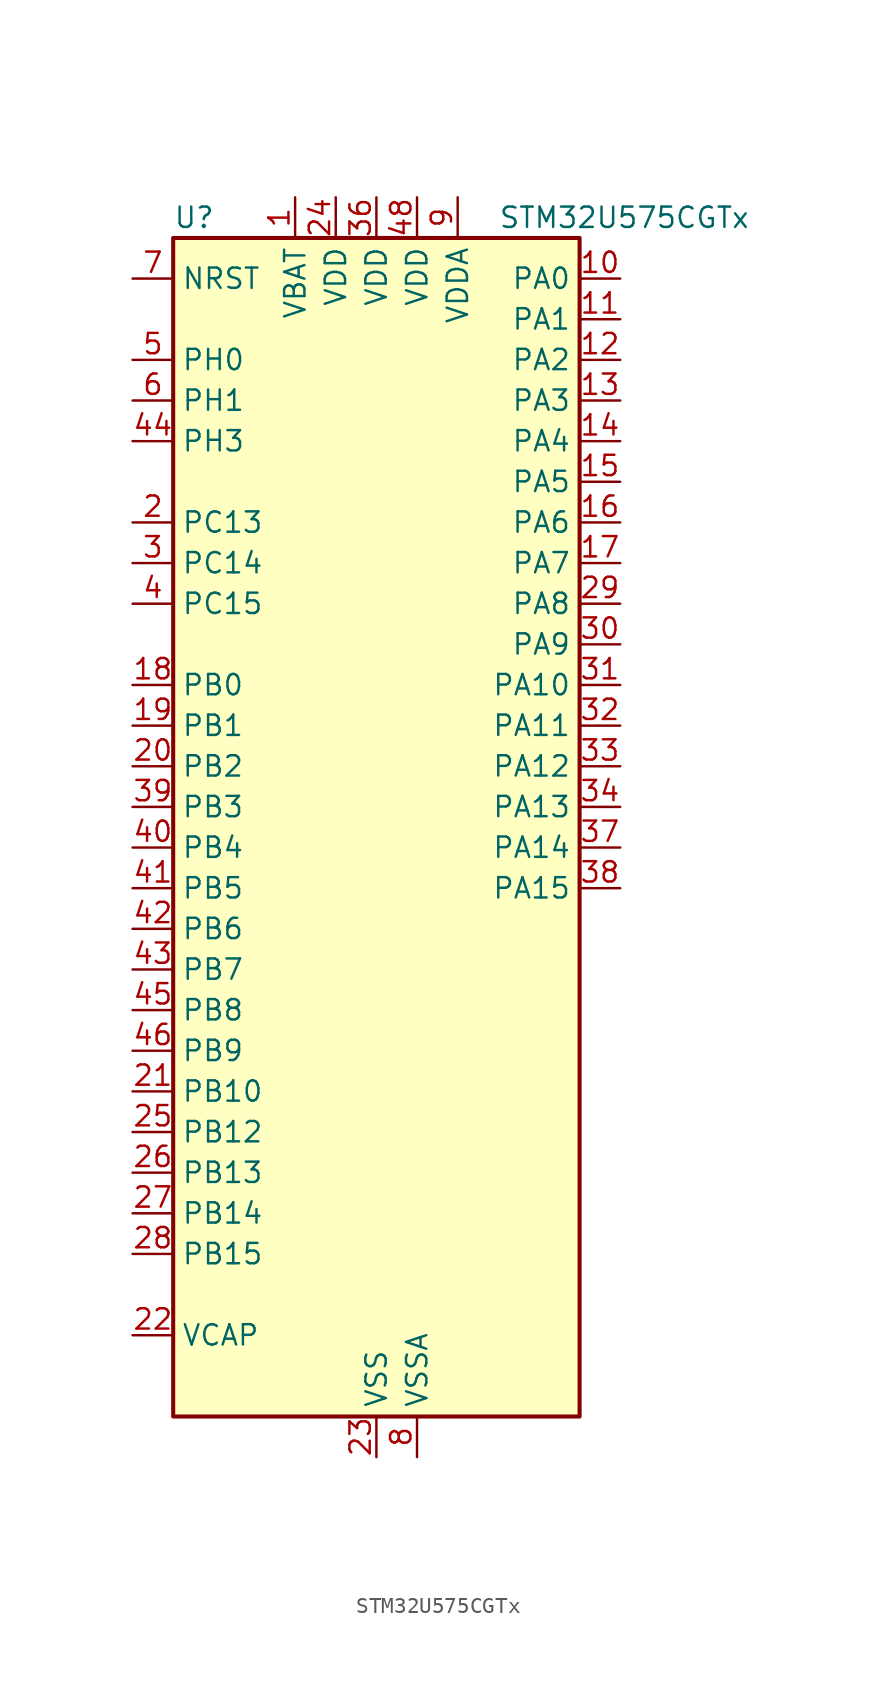
<source format=kicad_sym>
(kicad_symbol_lib
  (version 20220914)
  (generator kicad_symbol_editor)
  (symbol "STM32U575CGTx"
    (property "Reference" "U"
      (at -12.7 39.37 0)
      (effects (font (size 1.27 1.27)) (justify left)))
    (property "Value" "STM32U575CGTx"
      (at 7.62 39.37 0)
      (effects (font (size 1.27 1.27)) (justify left)))
    (property "ki_locked" ""
      (at 0 0 0)
      (effects (font (size 1.27 1.27))))
    (symbol "STM32U575CGTx_0_1"
      (rectangle (start -12.7 -35.56) (end 12.7 38.1) (stroke (width 0.254) (type default)) (fill (type background))))
    (symbol "STM32U575CGTx_1_1"
      (pin power_in line (at -5.08 40.64 270) (length 2.54) (name "VBAT" (effects (font (size 1.27 1.27)))) (number "1" (effects (font (size 1.27 1.27)))))
      (pin bidirectional line (at 15.24 35.56 180) (length 2.54) (name "PA0" (effects (font (size 1.27 1.27)))) (number "10" (effects (font (size 1.27 1.27)))) (alternate "ADC1_IN5" bidirectional line) (alternate "AUDIOCLK" bidirectional line) (alternate "OCTOSPIM_P2_NCS" bidirectional line) (alternate "OPAMP1_VINP" bidirectional line) (alternate "PWR_WKUP1" bidirectional line) (alternate "SPI3_RDY" bidirectional line) (alternate "TAMP_IN2" bidirectional line) (alternate "TAMP_OUT1" bidirectional line) (alternate "TIM2_CH1" bidirectional line) (alternate "TIM2_ETR" bidirectional line) (alternate "TIM5_CH1" bidirectional line) (alternate "TIM8_ETR" bidirectional line) (alternate "UART4_TX" bidirectional line) (alternate "USART2_CTS" bidirectional line))
      (pin bidirectional line (at 15.24 33.02 180) (length 2.54) (name "PA1" (effects (font (size 1.27 1.27)))) (number "11" (effects (font (size 1.27 1.27)))) (alternate "ADC1_IN6" bidirectional line) (alternate "I2C1_SMBA" bidirectional line) (alternate "LPTIM1_CH2" bidirectional line) (alternate "OCTOSPIM_P1_DQS" bidirectional line) (alternate "OPAMP1_VINM" bidirectional line) (alternate "PWR_WKUP3" bidirectional line) (alternate "SPI1_SCK" bidirectional line) (alternate "TAMP_IN5" bidirectional line) (alternate "TAMP_OUT4" bidirectional line) (alternate "TIM15_CH1N" bidirectional line) (alternate "TIM2_CH2" bidirectional line) (alternate "TIM5_CH2" bidirectional line) (alternate "UART4_RX" bidirectional line) (alternate "USART2_DE" bidirectional line) (alternate "USART2_RTS" bidirectional line))
      (pin bidirectional line (at 15.24 30.48 180) (length 2.54) (name "PA2" (effects (font (size 1.27 1.27)))) (number "12" (effects (font (size 1.27 1.27)))) (alternate "ADC1_IN7" bidirectional line) (alternate "COMP1_INP" bidirectional line) (alternate "LPUART1_TX" bidirectional line) (alternate "OCTOSPIM_P1_NCS" bidirectional line) (alternate "PWR_WKUP4" bidirectional line) (alternate "RCC_LSCO" bidirectional line) (alternate "SPI1_RDY" bidirectional line) (alternate "TIM15_CH1" bidirectional line) (alternate "TIM2_CH3" bidirectional line) (alternate "TIM5_CH3" bidirectional line) (alternate "UCPD1_FRSTX1" bidirectional line) (alternate "USART2_TX" bidirectional line))
      (pin bidirectional line (at 15.24 27.94 180) (length 2.54) (name "PA3" (effects (font (size 1.27 1.27)))) (number "13" (effects (font (size 1.27 1.27)))) (alternate "ADC1_IN8" bidirectional line) (alternate "LPUART1_RX" bidirectional line) (alternate "OCTOSPIM_P1_CLK" bidirectional line) (alternate "OPAMP1_VOUT" bidirectional line) (alternate "PWR_WKUP5" bidirectional line) (alternate "SAI1_CK1" bidirectional line) (alternate "SAI1_MCLK_A" bidirectional line) (alternate "TIM15_CH2" bidirectional line) (alternate "TIM2_CH4" bidirectional line) (alternate "TIM5_CH4" bidirectional line) (alternate "USART2_RX" bidirectional line))
      (pin bidirectional line (at 15.24 25.4 180) (length 2.54) (name "PA4" (effects (font (size 1.27 1.27)))) (number "14" (effects (font (size 1.27 1.27)))) (alternate "ADC1_IN9" bidirectional line) (alternate "ADC4_IN9" bidirectional line) (alternate "DAC1_OUT1" bidirectional line) (alternate "LPTIM2_CH1" bidirectional line) (alternate "OCTOSPIM_P1_NCS" bidirectional line) (alternate "PWR_WKUP2" bidirectional line) (alternate "SAI1_FS_B" bidirectional line) (alternate "SPI1_NSS" bidirectional line) (alternate "SPI3_NSS" bidirectional line) (alternate "USART2_CK" bidirectional line))
      (pin bidirectional line (at 15.24 22.86 180) (length 2.54) (name "PA5" (effects (font (size 1.27 1.27)))) (number "15" (effects (font (size 1.27 1.27)))) (alternate "ADC1_IN10" bidirectional line) (alternate "ADC4_IN10" bidirectional line) (alternate "DAC1_OUT2" bidirectional line) (alternate "LPTIM2_ETR" bidirectional line) (alternate "PWR_CSLEEP" bidirectional line) (alternate "PWR_WKUP6" bidirectional line) (alternate "SPI1_SCK" bidirectional line) (alternate "TIM2_CH1" bidirectional line) (alternate "TIM2_ETR" bidirectional line) (alternate "TIM8_CH1N" bidirectional line) (alternate "USART3_RX" bidirectional line))
      (pin bidirectional line (at 15.24 20.32 180) (length 2.54) (name "PA6" (effects (font (size 1.27 1.27)))) (number "16" (effects (font (size 1.27 1.27)))) (alternate "ADC1_IN11" bidirectional line) (alternate "ADC4_IN11" bidirectional line) (alternate "LPUART1_CTS" bidirectional line) (alternate "OCTOSPIM_P1_IO3" bidirectional line) (alternate "OPAMP2_VINP" bidirectional line) (alternate "PWR_CDSTOP" bidirectional line) (alternate "PWR_WKUP7" bidirectional line) (alternate "SPI1_MISO" bidirectional line) (alternate "TIM16_CH1" bidirectional line) (alternate "TIM1_BKIN" bidirectional line) (alternate "TIM3_CH1" bidirectional line) (alternate "TIM8_BKIN" bidirectional line) (alternate "USART3_CTS" bidirectional line))
      (pin bidirectional line (at 15.24 17.78 180) (length 2.54) (name "PA7" (effects (font (size 1.27 1.27)))) (number "17" (effects (font (size 1.27 1.27)))) (alternate "ADC1_IN12" bidirectional line) (alternate "ADC4_IN20" bidirectional line) (alternate "I2C3_SCL" bidirectional line) (alternate "LPTIM2_CH2" bidirectional line) (alternate "OCTOSPIM_P1_IO2" bidirectional line) (alternate "OPAMP2_VINM" bidirectional line) (alternate "PWR_SRDSTOP" bidirectional line) (alternate "PWR_WKUP8" bidirectional line) (alternate "SPI1_MOSI" bidirectional line) (alternate "TIM17_CH1" bidirectional line) (alternate "TIM1_CH1N" bidirectional line) (alternate "TIM3_CH2" bidirectional line) (alternate "TIM8_CH1N" bidirectional line) (alternate "USART3_TX" bidirectional line))
      (pin bidirectional line (at -15.24 10.16 0) (length 2.54) (name "PB0" (effects (font (size 1.27 1.27)))) (number "18" (effects (font (size 1.27 1.27)))) (alternate "ADC1_IN15" bidirectional line) (alternate "ADC4_IN18" bidirectional line) (alternate "AUDIOCLK" bidirectional line) (alternate "COMP1_OUT" bidirectional line) (alternate "LPTIM3_CH1" bidirectional line) (alternate "OCTOSPIM_P1_IO1" bidirectional line) (alternate "OPAMP2_VOUT" bidirectional line) (alternate "SPI1_NSS" bidirectional line) (alternate "TIM1_CH2N" bidirectional line) (alternate "TIM3_CH3" bidirectional line) (alternate "TIM8_CH2N" bidirectional line) (alternate "USART3_CK" bidirectional line))
      (pin bidirectional line (at -15.24 7.62 0) (length 2.54) (name "PB1" (effects (font (size 1.27 1.27)))) (number "19" (effects (font (size 1.27 1.27)))) (alternate "ADC1_IN16" bidirectional line) (alternate "ADC4_IN19" bidirectional line) (alternate "COMP1_INM" bidirectional line) (alternate "LPTIM2_IN1" bidirectional line) (alternate "LPTIM3_CH2" bidirectional line) (alternate "LPUART1_DE" bidirectional line) (alternate "LPUART1_RTS" bidirectional line) (alternate "MDF1_SDI0" bidirectional line) (alternate "OCTOSPIM_P1_IO0" bidirectional line) (alternate "PWR_WKUP4" bidirectional line) (alternate "TIM1_CH3N" bidirectional line) (alternate "TIM3_CH4" bidirectional line) (alternate "TIM8_CH3N" bidirectional line) (alternate "USART3_DE" bidirectional line) (alternate "USART3_RTS" bidirectional line))
      (pin bidirectional line (at -15.24 20.32 0) (length 2.54) (name "PC13" (effects (font (size 1.27 1.27)))) (number "2" (effects (font (size 1.27 1.27)))) (alternate "PWR_WKUP2" bidirectional line) (alternate "RTC_OUT1" bidirectional line) (alternate "RTC_TS" bidirectional line) (alternate "TAMP_IN1" bidirectional line) (alternate "TAMP_OUT2" bidirectional line))
      (pin bidirectional line (at -15.24 5.08 0) (length 2.54) (name "PB2" (effects (font (size 1.27 1.27)))) (number "20" (effects (font (size 1.27 1.27)))) (alternate "ADC1_IN17" bidirectional line) (alternate "COMP1_INP" bidirectional line) (alternate "I2C3_SMBA" bidirectional line) (alternate "LPTIM1_CH1" bidirectional line) (alternate "MDF1_CKI0" bidirectional line) (alternate "OCTOSPIM_P1_DQS" bidirectional line) (alternate "PWR_WKUP1" bidirectional line) (alternate "RTC_OUT2" bidirectional line) (alternate "SPI1_RDY" bidirectional line) (alternate "TIM8_CH4N" bidirectional line) (alternate "UCPD1_FRSTX1" bidirectional line))
      (pin bidirectional line (at -15.24 -15.24 0) (length 2.54) (name "PB10" (effects (font (size 1.27 1.27)))) (number "21" (effects (font (size 1.27 1.27)))) (alternate "COMP1_OUT" bidirectional line) (alternate "I2C2_SCL" bidirectional line) (alternate "I2C4_SCL" bidirectional line) (alternate "LPTIM3_CH1" bidirectional line) (alternate "LPUART1_RX" bidirectional line) (alternate "OCTOSPIM_P1_CLK" bidirectional line) (alternate "PWR_WKUP8" bidirectional line) (alternate "SAI1_SCK_A" bidirectional line) (alternate "SPI2_SCK" bidirectional line) (alternate "TIM2_CH3" bidirectional line) (alternate "TSC_SYNC" bidirectional line) (alternate "USART3_TX" bidirectional line))
      (pin power_out line (at -15.24 -30.48 0) (length 2.54) (name "VCAP" (effects (font (size 1.27 1.27)))) (number "22" (effects (font (size 1.27 1.27)))))
      (pin power_in line (at 0 -38.1 90) (length 2.54) (name "VSS" (effects (font (size 1.27 1.27)))) (number "23" (effects (font (size 1.27 1.27)))))
      (pin power_in line (at -2.54 40.64 270) (length 2.54) (name "VDD" (effects (font (size 1.27 1.27)))) (number "24" (effects (font (size 1.27 1.27)))))
      (pin bidirectional line (at -15.24 -17.78 0) (length 2.54) (name "PB12" (effects (font (size 1.27 1.27)))) (number "25" (effects (font (size 1.27 1.27)))) (alternate "I2C2_SMBA" bidirectional line) (alternate "LPUART1_DE" bidirectional line) (alternate "LPUART1_RTS" bidirectional line) (alternate "MDF1_SDI1" bidirectional line) (alternate "OCTOSPIM_P1_NCLK" bidirectional line) (alternate "SPI2_NSS" bidirectional line) (alternate "TIM15_BKIN" bidirectional line) (alternate "TIM1_BKIN" bidirectional line) (alternate "TSC_G1_IO1" bidirectional line) (alternate "USART3_CK" bidirectional line))
      (pin bidirectional line (at -15.24 -20.32 0) (length 2.54) (name "PB13" (effects (font (size 1.27 1.27)))) (number "26" (effects (font (size 1.27 1.27)))) (alternate "I2C2_SCL" bidirectional line) (alternate "LPTIM3_IN1" bidirectional line) (alternate "LPUART1_CTS" bidirectional line) (alternate "MDF1_CKI1" bidirectional line) (alternate "SPI2_SCK" bidirectional line) (alternate "TIM15_CH1N" bidirectional line) (alternate "TIM1_CH1N" bidirectional line) (alternate "TSC_G1_IO2" bidirectional line) (alternate "USART3_CTS" bidirectional line))
      (pin bidirectional line (at -15.24 -22.86 0) (length 2.54) (name "PB14" (effects (font (size 1.27 1.27)))) (number "27" (effects (font (size 1.27 1.27)))) (alternate "I2C2_SDA" bidirectional line) (alternate "LPTIM3_ETR" bidirectional line) (alternate "MDF1_SDI2" bidirectional line) (alternate "SPI2_MISO" bidirectional line) (alternate "TIM15_CH1" bidirectional line) (alternate "TIM1_CH2N" bidirectional line) (alternate "TIM8_CH2N" bidirectional line) (alternate "TSC_G1_IO3" bidirectional line) (alternate "UCPD1_DBCC2" bidirectional line) (alternate "USART3_DE" bidirectional line) (alternate "USART3_RTS" bidirectional line))
      (pin bidirectional line (at -15.24 -25.4 0) (length 2.54) (name "PB15" (effects (font (size 1.27 1.27)))) (number "28" (effects (font (size 1.27 1.27)))) (alternate "ADC1_EXTI15" bidirectional line) (alternate "ADC4_EXTI15" bidirectional line) (alternate "LPTIM2_IN2" bidirectional line) (alternate "MDF1_CKI2" bidirectional line) (alternate "PWR_WKUP7" bidirectional line) (alternate "RTC_REFIN" bidirectional line) (alternate "SPI2_MOSI" bidirectional line) (alternate "TIM15_CH2" bidirectional line) (alternate "TIM1_CH3N" bidirectional line) (alternate "TIM8_CH3N" bidirectional line) (alternate "UCPD1_CC2" bidirectional line))
      (pin bidirectional line (at 15.24 15.24 180) (length 2.54) (name "PA8" (effects (font (size 1.27 1.27)))) (number "29" (effects (font (size 1.27 1.27)))) (alternate "DEBUG_TRACECLK" bidirectional line) (alternate "LPTIM2_CH1" bidirectional line) (alternate "RCC_MCO" bidirectional line) (alternate "SAI1_CK2" bidirectional line) (alternate "SAI1_SCK_A" bidirectional line) (alternate "SPI1_RDY" bidirectional line) (alternate "TIM1_CH1" bidirectional line) (alternate "USART1_CK" bidirectional line) (alternate "USB_OTG_FS_SOF" bidirectional line))
      (pin bidirectional line (at -15.24 17.78 0) (length 2.54) (name "PC14" (effects (font (size 1.27 1.27)))) (number "3" (effects (font (size 1.27 1.27)))) (alternate "RCC_OSC32_IN" bidirectional line))
      (pin bidirectional line (at 15.24 12.7 180) (length 2.54) (name "PA9" (effects (font (size 1.27 1.27)))) (number "30" (effects (font (size 1.27 1.27)))) (alternate "DAC1_EXTI9" bidirectional line) (alternate "SAI1_FS_A" bidirectional line) (alternate "SPI2_SCK" bidirectional line) (alternate "TIM15_BKIN" bidirectional line) (alternate "TIM1_CH2" bidirectional line) (alternate "USART1_TX" bidirectional line) (alternate "USB_OTG_FS_VBUS" bidirectional line))
      (pin bidirectional line (at 15.24 10.16 180) (length 2.54) (name "PA10" (effects (font (size 1.27 1.27)))) (number "31" (effects (font (size 1.27 1.27)))) (alternate "CRS_SYNC" bidirectional line) (alternate "LPTIM2_IN2" bidirectional line) (alternate "SAI1_D1" bidirectional line) (alternate "SAI1_SD_A" bidirectional line) (alternate "TIM17_BKIN" bidirectional line) (alternate "TIM1_CH3" bidirectional line) (alternate "USART1_RX" bidirectional line) (alternate "USB_OTG_FS_ID" bidirectional line))
      (pin bidirectional line (at 15.24 7.62 180) (length 2.54) (name "PA11" (effects (font (size 1.27 1.27)))) (number "32" (effects (font (size 1.27 1.27)))) (alternate "ADC1_EXTI11" bidirectional line) (alternate "FDCAN1_RX" bidirectional line) (alternate "SPI1_MISO" bidirectional line) (alternate "TIM1_BKIN2" bidirectional line) (alternate "TIM1_CH4" bidirectional line) (alternate "USART1_CTS" bidirectional line) (alternate "USB_OTG_FS_DM" bidirectional line))
      (pin bidirectional line (at 15.24 5.08 180) (length 2.54) (name "PA12" (effects (font (size 1.27 1.27)))) (number "33" (effects (font (size 1.27 1.27)))) (alternate "FDCAN1_TX" bidirectional line) (alternate "OCTOSPIM_P2_NCS" bidirectional line) (alternate "SPI1_MOSI" bidirectional line) (alternate "TIM1_ETR" bidirectional line) (alternate "USART1_DE" bidirectional line) (alternate "USART1_RTS" bidirectional line) (alternate "USB_OTG_FS_DP" bidirectional line))
      (pin bidirectional line (at 15.24 2.54 180) (length 2.54) (name "PA13" (effects (font (size 1.27 1.27)))) (number "34" (effects (font (size 1.27 1.27)))) (alternate "DEBUG_JTMS-SWDIO" bidirectional line) (alternate "IR_OUT" bidirectional line) (alternate "SAI1_SD_B" bidirectional line) (alternate "USB_OTG_FS_NOE" bidirectional line))
      (pin passive line (at 0 -38.1 90) (length 2.54) hide (name "VSS" (effects (font (size 1.27 1.27)))) (number "35" (effects (font (size 1.27 1.27)))))
      (pin power_in line (at 0 40.64 270) (length 2.54) (name "VDD" (effects (font (size 1.27 1.27)))) (number "36" (effects (font (size 1.27 1.27)))))
      (pin bidirectional line (at 15.24 0 180) (length 2.54) (name "PA14" (effects (font (size 1.27 1.27)))) (number "37" (effects (font (size 1.27 1.27)))) (alternate "DEBUG_JTCK-SWCLK" bidirectional line) (alternate "I2C1_SMBA" bidirectional line) (alternate "I2C4_SMBA" bidirectional line) (alternate "LPTIM1_CH1" bidirectional line) (alternate "SAI1_FS_B" bidirectional line) (alternate "USB_OTG_FS_SOF" bidirectional line))
      (pin bidirectional line (at 15.24 -2.54 180) (length 2.54) (name "PA15" (effects (font (size 1.27 1.27)))) (number "38" (effects (font (size 1.27 1.27)))) (alternate "ADC1_EXTI15" bidirectional line) (alternate "ADC4_EXTI15" bidirectional line) (alternate "DEBUG_JTDI" bidirectional line) (alternate "SPI1_NSS" bidirectional line) (alternate "SPI3_NSS" bidirectional line) (alternate "TIM2_CH1" bidirectional line) (alternate "TIM2_ETR" bidirectional line) (alternate "UART4_DE" bidirectional line) (alternate "UART4_RTS" bidirectional line) (alternate "UCPD1_CC1" bidirectional line) (alternate "USART2_RX" bidirectional line) (alternate "USART3_DE" bidirectional line) (alternate "USART3_RTS" bidirectional line))
      (pin bidirectional line (at -15.24 2.54 0) (length 2.54) (name "PB3" (effects (font (size 1.27 1.27)))) (number "39" (effects (font (size 1.27 1.27)))) (alternate "ADF1_CCK0" bidirectional line) (alternate "COMP2_INM" bidirectional line) (alternate "CRS_SYNC" bidirectional line) (alternate "DEBUG_JTDO-SWO" bidirectional line) (alternate "I2C1_SDA" bidirectional line) (alternate "LPTIM1_CH1" bidirectional line) (alternate "SAI1_SCK_B" bidirectional line) (alternate "SPI1_SCK" bidirectional line) (alternate "SPI3_SCK" bidirectional line) (alternate "TIM2_CH2" bidirectional line) (alternate "USART1_DE" bidirectional line) (alternate "USART1_RTS" bidirectional line))
      (pin bidirectional line (at -15.24 15.24 0) (length 2.54) (name "PC15" (effects (font (size 1.27 1.27)))) (number "4" (effects (font (size 1.27 1.27)))) (alternate "ADC1_EXTI15" bidirectional line) (alternate "ADC4_EXTI15" bidirectional line) (alternate "RCC_OSC32_OUT" bidirectional line))
      (pin bidirectional line (at -15.24 0 0) (length 2.54) (name "PB4" (effects (font (size 1.27 1.27)))) (number "40" (effects (font (size 1.27 1.27)))) (alternate "ADF1_SDI0" bidirectional line) (alternate "COMP2_INP" bidirectional line) (alternate "DEBUG_JTRST" bidirectional line) (alternate "I2C3_SDA" bidirectional line) (alternate "LPTIM1_CH2" bidirectional line) (alternate "SAI1_MCLK_B" bidirectional line) (alternate "SPI1_MISO" bidirectional line) (alternate "SPI3_MISO" bidirectional line) (alternate "TIM17_BKIN" bidirectional line) (alternate "TIM3_CH1" bidirectional line) (alternate "TSC_G2_IO1" bidirectional line) (alternate "USART1_CTS" bidirectional line))
      (pin bidirectional line (at -15.24 -2.54 0) (length 2.54) (name "PB5" (effects (font (size 1.27 1.27)))) (number "41" (effects (font (size 1.27 1.27)))) (alternate "COMP2_OUT" bidirectional line) (alternate "I2C1_SMBA" bidirectional line) (alternate "LPTIM1_IN1" bidirectional line) (alternate "OCTOSPIM_P1_NCLK" bidirectional line) (alternate "PWR_WKUP6" bidirectional line) (alternate "SAI1_SD_B" bidirectional line) (alternate "SPI1_MOSI" bidirectional line) (alternate "SPI3_MOSI" bidirectional line) (alternate "TIM16_BKIN" bidirectional line) (alternate "TIM3_CH2" bidirectional line) (alternate "TSC_G2_IO2" bidirectional line) (alternate "UCPD1_DBCC1" bidirectional line) (alternate "USART1_CK" bidirectional line))
      (pin bidirectional line (at -15.24 -5.08 0) (length 2.54) (name "PB6" (effects (font (size 1.27 1.27)))) (number "42" (effects (font (size 1.27 1.27)))) (alternate "COMP2_INP" bidirectional line) (alternate "I2C1_SCL" bidirectional line) (alternate "I2C4_SCL" bidirectional line) (alternate "LPTIM1_ETR" bidirectional line) (alternate "MDF1_SDI5" bidirectional line) (alternate "PWR_WKUP3" bidirectional line) (alternate "SAI1_FS_B" bidirectional line) (alternate "TIM16_CH1N" bidirectional line) (alternate "TIM4_CH1" bidirectional line) (alternate "TIM8_BKIN2" bidirectional line) (alternate "TSC_G2_IO3" bidirectional line) (alternate "USART1_TX" bidirectional line))
      (pin bidirectional line (at -15.24 -7.62 0) (length 2.54) (name "PB7" (effects (font (size 1.27 1.27)))) (number "43" (effects (font (size 1.27 1.27)))) (alternate "COMP2_INM" bidirectional line) (alternate "I2C1_SDA" bidirectional line) (alternate "I2C4_SDA" bidirectional line) (alternate "LPTIM1_IN2" bidirectional line) (alternate "MDF1_CKI5" bidirectional line) (alternate "PWR_PVD_IN" bidirectional line) (alternate "PWR_WKUP4" bidirectional line) (alternate "TIM17_CH1N" bidirectional line) (alternate "TIM4_CH2" bidirectional line) (alternate "TIM8_BKIN" bidirectional line) (alternate "TSC_G2_IO4" bidirectional line) (alternate "UART4_CTS" bidirectional line) (alternate "USART1_RX" bidirectional line))
      (pin bidirectional line (at -15.24 25.4 0) (length 2.54) (name "PH3" (effects (font (size 1.27 1.27)))) (number "44" (effects (font (size 1.27 1.27)))))
      (pin bidirectional line (at -15.24 -10.16 0) (length 2.54) (name "PB8" (effects (font (size 1.27 1.27)))) (number "45" (effects (font (size 1.27 1.27)))) (alternate "FDCAN1_RX" bidirectional line) (alternate "I2C1_SCL" bidirectional line) (alternate "MDF1_CCK0" bidirectional line) (alternate "PWR_WKUP5" bidirectional line) (alternate "SAI1_CK1" bidirectional line) (alternate "SAI1_MCLK_A" bidirectional line) (alternate "SPI3_RDY" bidirectional line) (alternate "TIM16_CH1" bidirectional line) (alternate "TIM4_CH3" bidirectional line))
      (pin bidirectional line (at -15.24 -12.7 0) (length 2.54) (name "PB9" (effects (font (size 1.27 1.27)))) (number "46" (effects (font (size 1.27 1.27)))) (alternate "DAC1_EXTI9" bidirectional line) (alternate "FDCAN1_TX" bidirectional line) (alternate "I2C1_SDA" bidirectional line) (alternate "IR_OUT" bidirectional line) (alternate "SAI1_D2" bidirectional line) (alternate "SAI1_FS_A" bidirectional line) (alternate "SPI2_NSS" bidirectional line) (alternate "TIM17_CH1" bidirectional line) (alternate "TIM4_CH4" bidirectional line))
      (pin passive line (at 0 -38.1 90) (length 2.54) hide (name "VSS" (effects (font (size 1.27 1.27)))) (number "47" (effects (font (size 1.27 1.27)))))
      (pin power_in line (at 2.54 40.64 270) (length 2.54) (name "VDD" (effects (font (size 1.27 1.27)))) (number "48" (effects (font (size 1.27 1.27)))))
      (pin bidirectional line (at -15.24 30.48 0) (length 2.54) (name "PH0" (effects (font (size 1.27 1.27)))) (number "5" (effects (font (size 1.27 1.27)))) (alternate "RCC_OSC_IN" bidirectional line))
      (pin bidirectional line (at -15.24 27.94 0) (length 2.54) (name "PH1" (effects (font (size 1.27 1.27)))) (number "6" (effects (font (size 1.27 1.27)))) (alternate "RCC_OSC_OUT" bidirectional line))
      (pin input line (at -15.24 35.56 0) (length 2.54) (name "NRST" (effects (font (size 1.27 1.27)))) (number "7" (effects (font (size 1.27 1.27)))))
      (pin power_in line (at 2.54 -38.1 90) (length 2.54) (name "VSSA" (effects (font (size 1.27 1.27)))) (number "8" (effects (font (size 1.27 1.27)))))
      (pin power_in line (at 5.08 40.64 270) (length 2.54) (name "VDDA" (effects (font (size 1.27 1.27)))) (number "9" (effects (font (size 1.27 1.27))))))))
</source>
